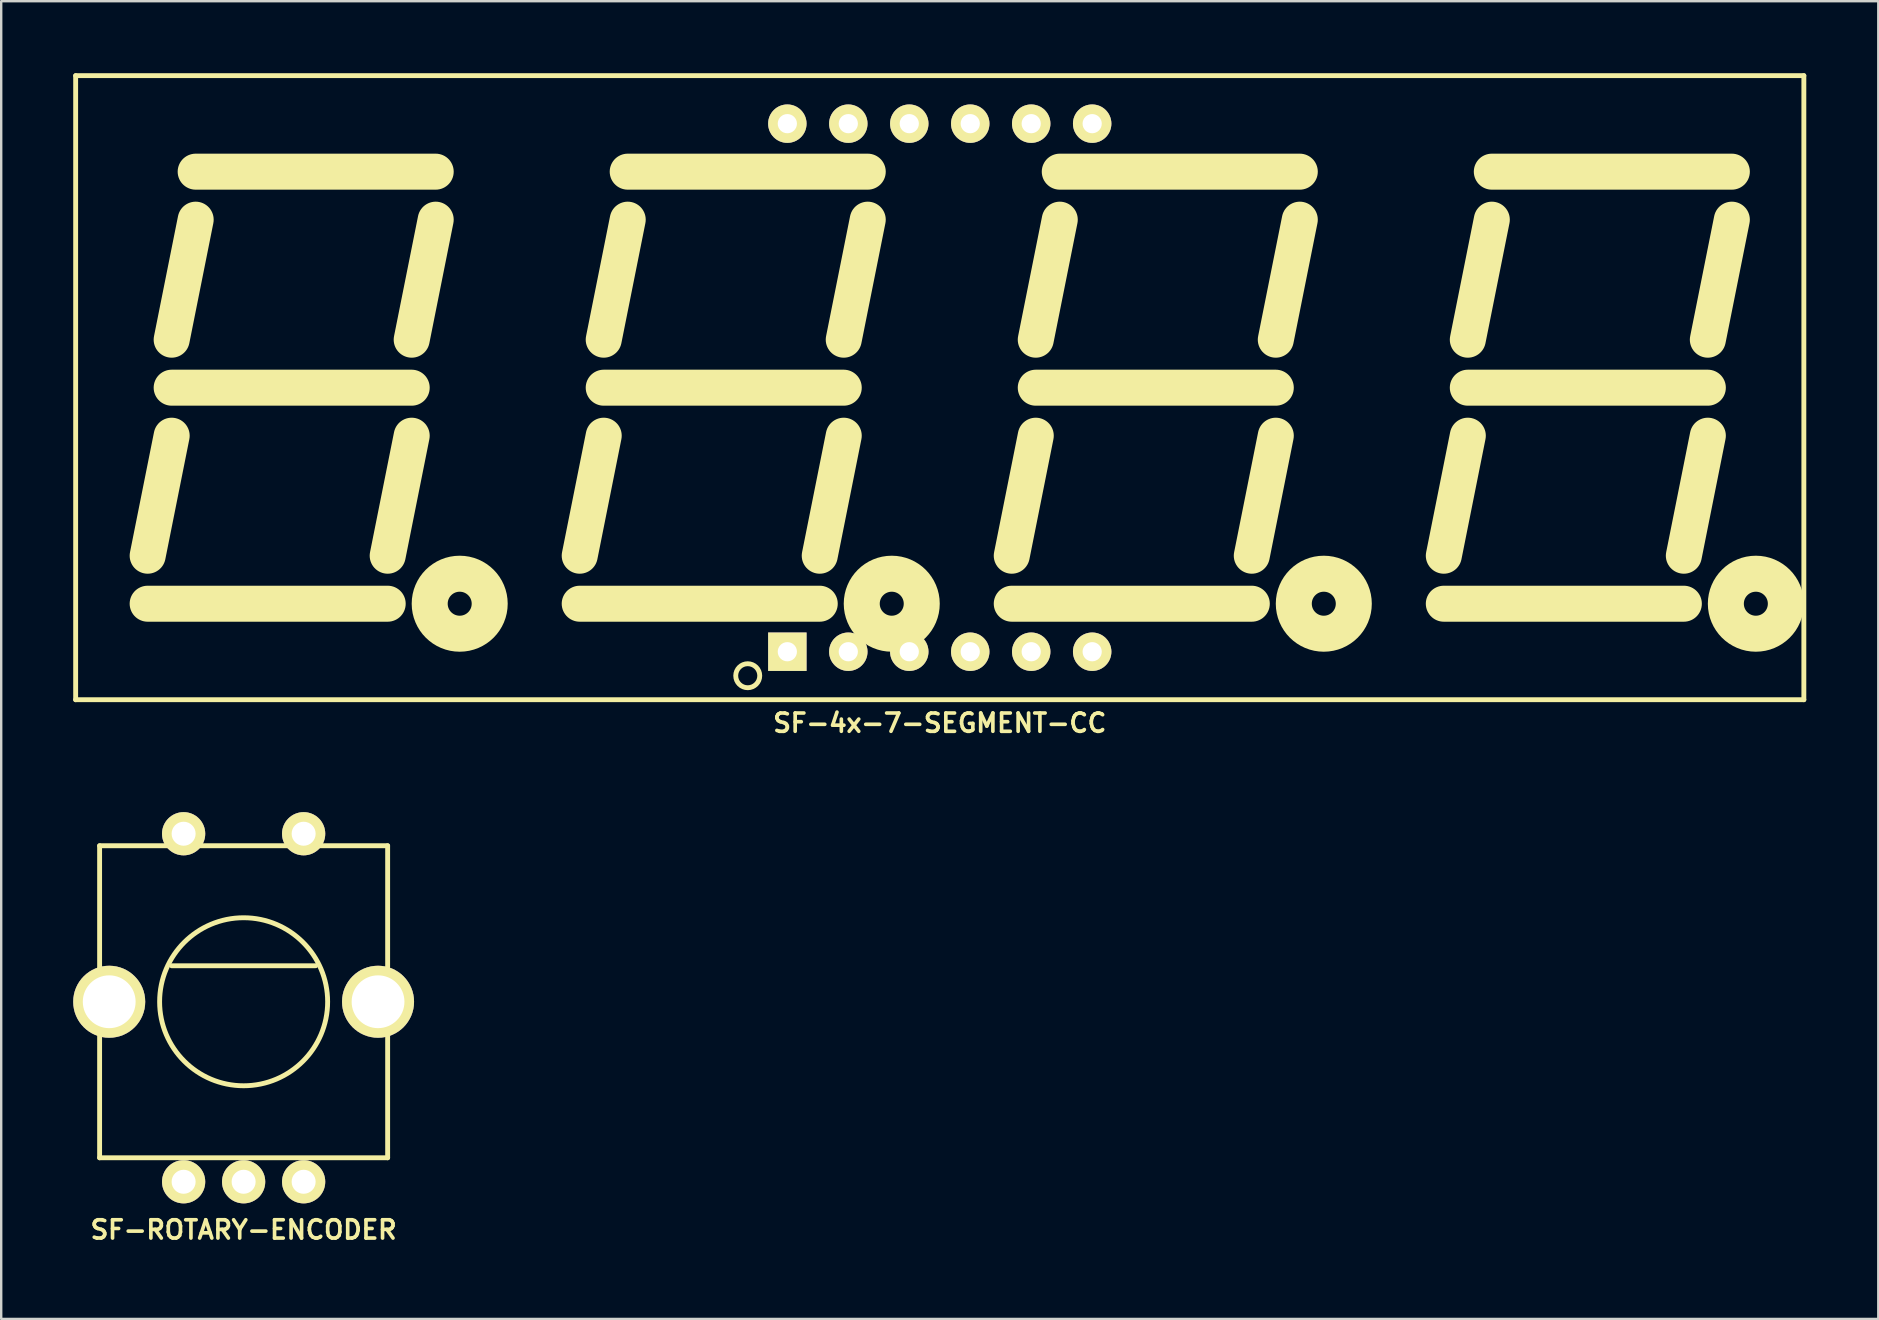
<source format=kicad_pcb>
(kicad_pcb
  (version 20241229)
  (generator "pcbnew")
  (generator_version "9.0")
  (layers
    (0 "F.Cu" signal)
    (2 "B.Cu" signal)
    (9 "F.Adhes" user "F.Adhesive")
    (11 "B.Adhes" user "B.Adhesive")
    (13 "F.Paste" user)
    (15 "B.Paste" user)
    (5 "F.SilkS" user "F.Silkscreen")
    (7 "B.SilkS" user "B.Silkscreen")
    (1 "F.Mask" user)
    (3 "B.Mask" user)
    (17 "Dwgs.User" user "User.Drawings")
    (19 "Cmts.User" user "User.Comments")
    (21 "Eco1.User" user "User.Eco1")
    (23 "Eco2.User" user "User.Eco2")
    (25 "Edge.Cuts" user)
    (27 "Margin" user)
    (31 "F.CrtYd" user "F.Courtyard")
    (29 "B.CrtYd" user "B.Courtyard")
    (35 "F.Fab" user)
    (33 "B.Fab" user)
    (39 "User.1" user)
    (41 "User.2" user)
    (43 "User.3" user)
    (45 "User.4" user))
  (footprint "SF-ROTARY-ENCODER"
    (layer "F.Cu")
    (at 7.1 38.685)
    (property "Reference" "SF-ROTARY-ENCODER" (at 0 9.5 0) (layer "F.SilkS") (effects (font (size 0.762 0.762) (thickness 0.152))))
    (attr through_hole)
    (fp_line (start -6 -6.5) (end 6 -6.5) (stroke (width 0.203) (type solid)) (layer "F.SilkS"))
    (fp_line (start -6 6.5) (end -6 -6.5) (stroke (width 0.203) (type solid)) (layer "F.SilkS"))
    (fp_line (start 3 -1.5) (end -3 -1.5) (stroke (width 0.203) (type solid)) (layer "F.SilkS"))
    (fp_line (start 6 -6.5) (end 6 6.5) (stroke (width 0.203) (type solid)) (layer "F.SilkS"))
    (fp_line (start 6 6.5) (end -6 6.5) (stroke (width 0.203) (type solid)) (layer "F.SilkS"))
    (fp_circle (center 0 0) (end 3.5 0) (stroke (width 0.203) (type solid)) (fill no) (layer "F.SilkS"))
    (pad "" thru_hole circle (at -5.6 0) (size 3 3) (drill 2.2) (layers "*.Cu" "*.Mask" "F.SilkS"))
    (pad "" thru_hole circle (at 5.6 0) (size 3 3) (drill 2.2) (layers "*.Cu" "*.Mask" "F.SilkS"))
    (pad "1" thru_hole circle (at -2.5 -7) (size 1.8 1.8) (drill 1) (layers "*.Cu" "*.Mask" "F.SilkS"))
    (pad "2" thru_hole circle (at -2.5 7.5) (size 1.8 1.8) (drill 1) (layers "*.Cu" "*.Mask" "F.SilkS"))
    (pad "3" thru_hole circle (at 0 7.5) (size 1.8 1.8) (drill 1) (layers "*.Cu" "*.Mask" "F.SilkS"))
    (pad "4" thru_hole circle (at 2.5 7.5) (size 1.8 1.8) (drill 1) (layers "*.Cu" "*.Mask" "F.SilkS"))
    (pad "5" thru_hole circle (at 2.5 -7) (size 1.8 1.8) (drill 1) (layers "*.Cu" "*.Mask" "F.SilkS")))
  (footprint "SF-4x-7-SEGMENT-CC"
    (layer "F.Cu")
    (at 36.102 13.102)
    (property "Reference" "SF-4x-7-SEGMENT-CC" (at 0 13.97 0) (layer "F.SilkS") (effects (font (size 0.762 0.762) (thickness 0.152))))
    (attr through_hole)
    (fp_line (start -36 -13) (end 36 -13) (stroke (width 0.203) (type solid)) (layer "F.SilkS"))
    (fp_line (start -36 13) (end -36 -13) (stroke (width 0.203) (type solid)) (layer "F.SilkS"))
    (fp_line (start -33 7) (end -32 2) (stroke (width 1.5) (type solid)) (layer "F.SilkS"))
    (fp_line (start -33 9) (end -23 9) (stroke (width 1.5) (type solid)) (layer "F.SilkS"))
    (fp_line (start -32 -2) (end -31 -7) (stroke (width 1.5) (type solid)) (layer "F.SilkS"))
    (fp_line (start -32 0) (end -22 0) (stroke (width 1.5) (type solid)) (layer "F.SilkS"))
    (fp_line (start -23 7) (end -22 2) (stroke (width 1.5) (type solid)) (layer "F.SilkS"))
    (fp_line (start -22 -2) (end -21 -7) (stroke (width 1.5) (type solid)) (layer "F.SilkS"))
    (fp_line (start -21 -9) (end -31 -9) (stroke (width 1.5) (type solid)) (layer "F.SilkS"))
    (fp_line (start -15 7) (end -14 2) (stroke (width 1.5) (type solid)) (layer "F.SilkS"))
    (fp_line (start -15 9) (end -5 9) (stroke (width 1.5) (type solid)) (layer "F.SilkS"))
    (fp_line (start -14 -2) (end -13 -7) (stroke (width 1.5) (type solid)) (layer "F.SilkS"))
    (fp_line (start -14 0) (end -4 0) (stroke (width 1.5) (type solid)) (layer "F.SilkS"))
    (fp_line (start -5 7) (end -4 2) (stroke (width 1.5) (type solid)) (layer "F.SilkS"))
    (fp_line (start -4 -2) (end -3 -7) (stroke (width 1.5) (type solid)) (layer "F.SilkS"))
    (fp_line (start -3 -9) (end -13 -9) (stroke (width 1.5) (type solid)) (layer "F.SilkS"))
    (fp_line (start 3 7) (end 4 2) (stroke (width 1.5) (type solid)) (layer "F.SilkS"))
    (fp_line (start 3 9) (end 13 9) (stroke (width 1.5) (type solid)) (layer "F.SilkS"))
    (fp_line (start 4 -2) (end 5 -7) (stroke (width 1.5) (type solid)) (layer "F.SilkS"))
    (fp_line (start 4 0) (end 14 0) (stroke (width 1.5) (type solid)) (layer "F.SilkS"))
    (fp_line (start 13 7) (end 14 2) (stroke (width 1.5) (type solid)) (layer "F.SilkS"))
    (fp_line (start 14 -2) (end 15 -7) (stroke (width 1.5) (type solid)) (layer "F.SilkS"))
    (fp_line (start 15 -9) (end 5 -9) (stroke (width 1.5) (type solid)) (layer "F.SilkS"))
    (fp_line (start 21 7) (end 22 2) (stroke (width 1.5) (type solid)) (layer "F.SilkS"))
    (fp_line (start 21 9) (end 31 9) (stroke (width 1.5) (type solid)) (layer "F.SilkS"))
    (fp_line (start 22 -2) (end 23 -7) (stroke (width 1.5) (type solid)) (layer "F.SilkS"))
    (fp_line (start 22 0) (end 32 0) (stroke (width 1.5) (type solid)) (layer "F.SilkS"))
    (fp_line (start 31 7) (end 32 2) (stroke (width 1.5) (type solid)) (layer "F.SilkS"))
    (fp_line (start 32 -2) (end 33 -7) (stroke (width 1.5) (type solid)) (layer "F.SilkS"))
    (fp_line (start 33 -9) (end 23 -9) (stroke (width 1.5) (type solid)) (layer "F.SilkS"))
    (fp_line (start 36 -13) (end 36 13) (stroke (width 0.203) (type solid)) (layer "F.SilkS"))
    (fp_line (start 36 13) (end -36 13) (stroke (width 0.203) (type solid)) (layer "F.SilkS"))
    (fp_circle (center -20 9) (end -19.5 9) (stroke (width 1.5) (type solid)) (fill no) (layer "F.SilkS"))
    (fp_circle (center -8 12) (end -8 11.5) (stroke (width 0.203) (type solid)) (fill no) (layer "F.SilkS"))
    (fp_circle (center -2 9) (end -1.5 9) (stroke (width 1.5) (type solid)) (fill no) (layer "F.SilkS"))
    (fp_circle (center 16 9) (end 16.5 9) (stroke (width 1.5) (type solid)) (fill no) (layer "F.SilkS"))
    (fp_circle (center 34 9) (end 34.5 9) (stroke (width 1.5) (type solid)) (fill no) (layer "F.SilkS"))
    (pad "1" thru_hole rect (at -6.35 11) (size 1.6 1.6) (drill 0.8) (layers "*.Cu" "*.Mask" "F.SilkS"))
    (pad "2" thru_hole circle (at -3.81 11) (size 1.6 1.6) (drill 0.8) (layers "*.Cu" "*.Mask" "F.SilkS"))
    (pad "3" thru_hole circle (at -1.27 11) (size 1.6 1.6) (drill 0.8) (layers "*.Cu" "*.Mask" "F.SilkS"))
    (pad "4" thru_hole circle (at 1.27 11) (size 1.6 1.6) (drill 0.8) (layers "*.Cu" "*.Mask" "F.SilkS"))
    (pad "5" thru_hole circle (at 3.81 11) (size 1.6 1.6) (drill 0.8) (layers "*.Cu" "*.Mask" "F.SilkS"))
    (pad "6" thru_hole circle (at 6.35 11) (size 1.6 1.6) (drill 0.8) (layers "*.Cu" "*.Mask" "F.SilkS"))
    (pad "7" thru_hole circle (at 6.35 -11) (size 1.6 1.6) (drill 0.8) (layers "*.Cu" "*.Mask" "F.SilkS"))
    (pad "8" thru_hole circle (at 3.81 -11) (size 1.6 1.6) (drill 0.8) (layers "*.Cu" "*.Mask" "F.SilkS"))
    (pad "9" thru_hole circle (at 1.27 -11) (size 1.6 1.6) (drill 0.8) (layers "*.Cu" "*.Mask" "F.SilkS"))
    (pad "10" thru_hole circle (at -1.27 -11) (size 1.6 1.6) (drill 0.8) (layers "*.Cu" "*.Mask" "F.SilkS"))
    (pad "11" thru_hole circle (at -3.81 -11) (size 1.6 1.6) (drill 0.8) (layers "*.Cu" "*.Mask" "F.SilkS"))
    (pad "12" thru_hole circle (at -6.35 -11) (size 1.6 1.6) (drill 0.8) (layers "*.Cu" "*.Mask" "F.SilkS")))
  (gr_rect
    (start -3 -3)
    (end 75.203 51.898)
    (stroke (width 0.1) (type default))
    (fill no)
    (layer "Edge.Cuts")))
</source>
